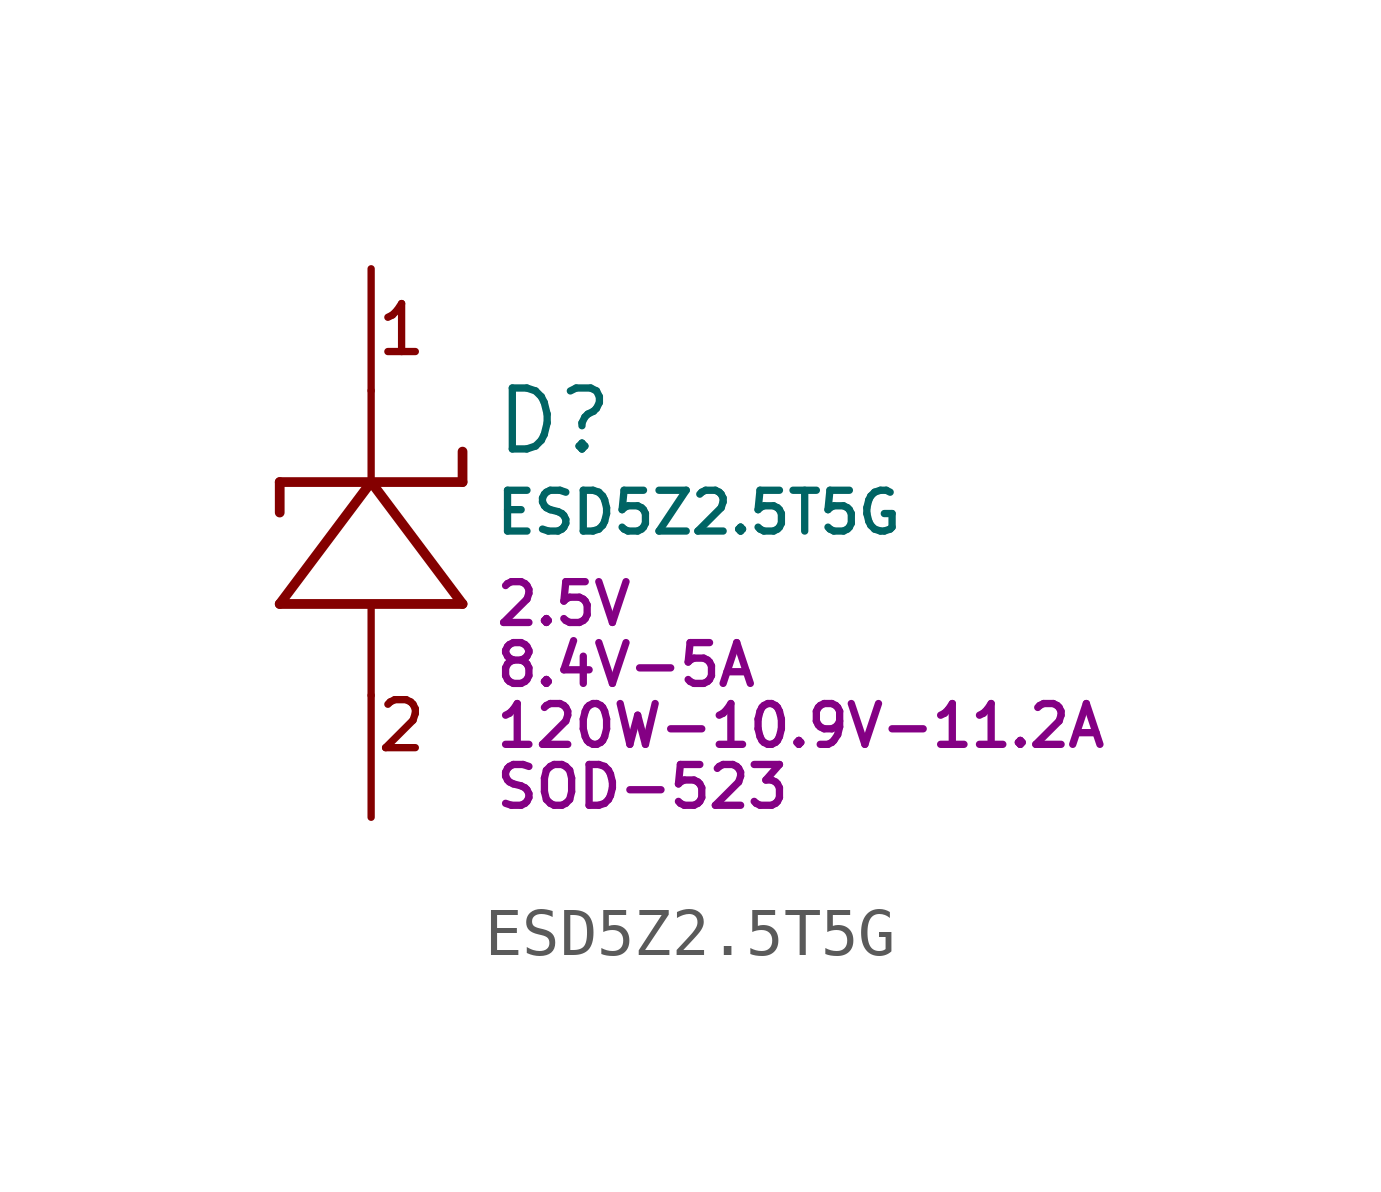
<source format=kicad_sym>
(kicad_symbol_lib
  (version 20211014)
  (generator kicad_symbol_editor)
  (symbol "ESD5Z2.5T5G"
    (pin_numbers hide)
    (pin_names
      (offset 0.254) hide)
    (property "Reference" "D"
      (at 2.54 -3.175 0)
      (effects (font (size 1.27 1.27)) (justify left)))
    (property "Value" "ESD5Z2.5T5G"
      (at 2.54 -5.08 0)
      (effects (font (size 0.85 0.85)) (justify left)))
    (property "Reverse Working Voltage" "2.5V"
      (at 2.54 -6.985 0)
      (effects (font (size 0.85 0.85)) (justify left)))
    (property "Power Pulse Power, Voltage, Current" "120W-10.9V-11.2A"
      (at 2.54 -9.525 0)
      (effects (font (size 0.85 0.85)) (justify left)))
    (property "Clamping Voltage" "8.4V-5A"
      (at 2.54 -8.255 0)
      (effects (font (size 0.85 0.85)) (justify left)))
    (property "Package" "SOD-523"
      (at 2.54 -10.795 0)
      (effects (font (size 0.85 0.85)) (justify left)))
    (symbol "ESD5Z2.5T5G_0_0"
      (text "1" (at 0.635 -1.27 0) (effects (font (size 1 1))))
      (text "2" (at 0.635 -9.525 0) (effects (font (size 1 1)))))
    (symbol "ESD5Z2.5T5G_0_1"
      (polyline (pts (xy 0 -6.985) (xy 0 -8.89)) (stroke (width 0) (type default) (color 0 0 0 0)) (fill (type none)))
      (polyline (pts (xy 0 -2.54) (xy 0 -4.445)) (stroke (width 0) (type default) (color 0 0 0 0)) (fill (type none))))
    (symbol "ESD5Z2.5T5G_1_0"
      (pin passive line (at 0 0 270) (length 2.54) (name "C" (effects (font (size 1.27 1.27)))) (number "1" (effects (font (size 1 1)))))
      (pin passive line (at 0 -11.43 90) (length 2.54) (name "A" (effects (font (size 1.27 1.27)))) (number "2" (effects (font (size 1 1))))))
    (symbol "ESD5Z2.5T5G_1_1"
      (polyline (pts (xy -1.905 -6.985) (xy 0 -4.445)) (stroke (width 0.203) (type default) (color 0 0 0 0)) (fill (type none)))
      (polyline (pts (xy -1.905 -4.445) (xy -1.905 -5.08)) (stroke (width 0.203) (type default) (color 0 0 0 0)) (fill (type none)))
      (polyline (pts (xy 0 -4.445) (xy 1.905 -6.985)) (stroke (width 0.203) (type default) (color 0 0 0 0)) (fill (type none)))
      (polyline (pts (xy 1.905 -6.985) (xy -1.905 -6.985)) (stroke (width 0.203) (type default) (color 0 0 0 0)) (fill (type none)))
      (polyline (pts (xy 1.905 -4.445) (xy -1.905 -4.445)) (stroke (width 0.203) (type default) (color 0 0 0 0)) (fill (type none)))
      (polyline (pts (xy 1.905 -4.445) (xy 1.905 -3.81)) (stroke (width 0.203) (type default) (color 0 0 0 0)) (fill (type none))))))
</source>
